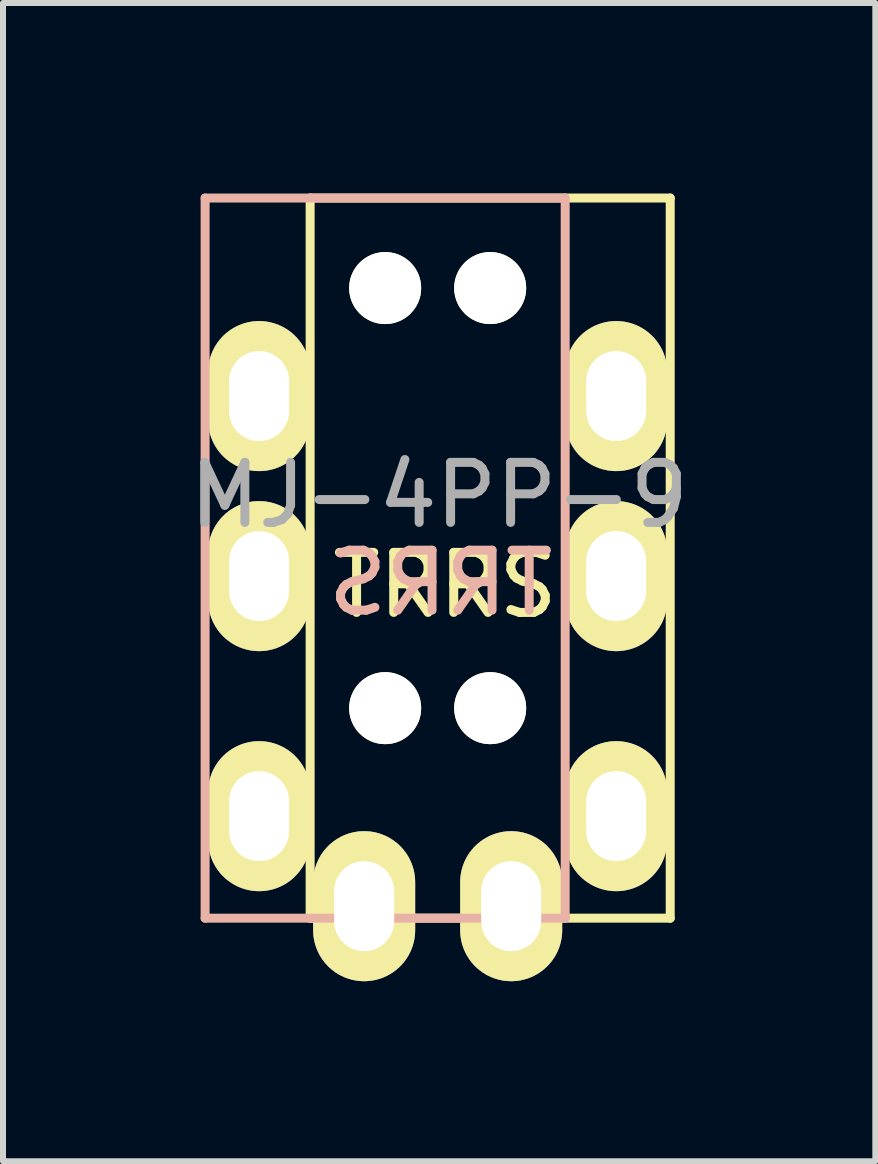
<source format=kicad_pcb>
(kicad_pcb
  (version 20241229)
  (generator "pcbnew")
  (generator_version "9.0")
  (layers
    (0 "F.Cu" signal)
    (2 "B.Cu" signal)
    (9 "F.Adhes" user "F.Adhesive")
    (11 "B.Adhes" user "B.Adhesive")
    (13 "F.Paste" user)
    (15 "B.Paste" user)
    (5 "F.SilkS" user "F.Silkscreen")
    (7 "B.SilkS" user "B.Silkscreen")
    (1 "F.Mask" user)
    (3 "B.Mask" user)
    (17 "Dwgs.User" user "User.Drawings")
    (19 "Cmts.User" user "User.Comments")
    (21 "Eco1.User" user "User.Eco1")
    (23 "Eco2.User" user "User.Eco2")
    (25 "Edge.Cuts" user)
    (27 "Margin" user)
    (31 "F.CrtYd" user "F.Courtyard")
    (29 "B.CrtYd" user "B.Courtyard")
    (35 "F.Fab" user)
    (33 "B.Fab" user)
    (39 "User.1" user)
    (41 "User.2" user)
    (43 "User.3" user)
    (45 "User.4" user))
  (footprint "MJ-4PP-9"
    (layer "F.Cu")
    (at 5.118 0.25)
    (property "Reference" "MJ-4PP-9" (at -0.85 4.95 0) (layer "F.Fab") (effects (font (size 1 1) (thickness 0.15))))
    (attr through_hole)
    (fp_line (start -3 0) (end 3 0) (stroke (width 0.15) (type solid)) (layer "F.SilkS"))
    (fp_line (start -3 12) (end -3 0) (stroke (width 0.15) (type solid)) (layer "F.SilkS"))
    (fp_line (start 3 0) (end 3 12) (stroke (width 0.15) (type solid)) (layer "F.SilkS"))
    (fp_line (start 3 12) (end -3 12) (stroke (width 0.15) (type solid)) (layer "F.SilkS"))
    (fp_line (start -4.75 0) (end 1.25 0) (stroke (width 0.15) (type solid)) (layer "B.SilkS"))
    (fp_line (start -4.75 12) (end -4.75 0) (stroke (width 0.15) (type solid)) (layer "B.SilkS"))
    (fp_line (start 1.25 0) (end 1.25 12) (stroke (width 0.15) (type solid)) (layer "B.SilkS"))
    (fp_line (start 1.25 12) (end -4.75 12) (stroke (width 0.15) (type solid)) (layer "B.SilkS"))
    (fp_text user "TRRS" (at -0.75 6.45 0) (layer "F.SilkS") (effects (font (size 1 1) (thickness 0.15))))
    (fp_text user "TRRS" (at -0.826 6.413 0) (layer "B.SilkS") (effects (font (size 1 1) (thickness 0.15)) (justify mirror)))
    (pad "" np_thru_hole circle (at -1.75 1.5) (size 1.2 1.2) (drill 1.2) (layers "*.Cu" "*.Mask" "F.SilkS"))
    (pad "" np_thru_hole circle (at -1.75 8.5) (size 1.2 1.2) (drill 1.2) (layers "*.Cu" "*.Mask" "F.SilkS"))
    (pad "" np_thru_hole circle (at 0 1.5) (size 1.2 1.2) (drill 1.2) (layers "*.Cu" "*.Mask" "F.SilkS"))
    (pad "" np_thru_hole circle (at 0 8.5) (size 1.2 1.2) (drill 1.2) (layers "*.Cu" "*.Mask" "F.SilkS"))
    (pad "A" thru_hole oval (at -2.1 11.8) (size 1.7 2.5) (drill oval 1 1.5) (layers "*.Cu" "*.Mask" "F.SilkS"))
    (pad "A" thru_hole oval (at 0.35 11.8) (size 1.7 2.5) (drill oval 1 1.5) (layers "*.Cu" "*.Mask" "F.SilkS"))
    (pad "B" thru_hole oval (at -3.85 3.3) (size 1.7 2.5) (drill oval 1 1.5) (layers "*.Cu" "*.Mask" "F.SilkS"))
    (pad "B" thru_hole oval (at 2.1 3.3) (size 1.7 2.5) (drill oval 1 1.5) (layers "*.Cu" "*.Mask" "F.SilkS"))
    (pad "C" thru_hole oval (at -3.85 6.3) (size 1.7 2.5) (drill oval 1 1.5) (layers "*.Cu" "*.Mask" "F.SilkS"))
    (pad "C" thru_hole oval (at 2.1 6.3) (size 1.7 2.5) (drill oval 1 1.5) (layers "*.Cu" "*.Mask" "F.SilkS"))
    (pad "D" thru_hole oval (at -3.85 10.3) (size 1.7 2.5) (drill oval 1 1.5) (layers "*.Cu" "*.Mask" "F.SilkS"))
    (pad "D" thru_hole oval (at 2.1 10.3) (size 1.7 2.5) (drill oval 1 1.5) (layers "*.Cu" "*.Mask" "F.SilkS")))
  (gr_rect
    (start -3 -3)
    (end 11.536 16.3)
    (stroke (width 0.1) (type default))
    (fill no)
    (layer "Edge.Cuts")))
</source>
